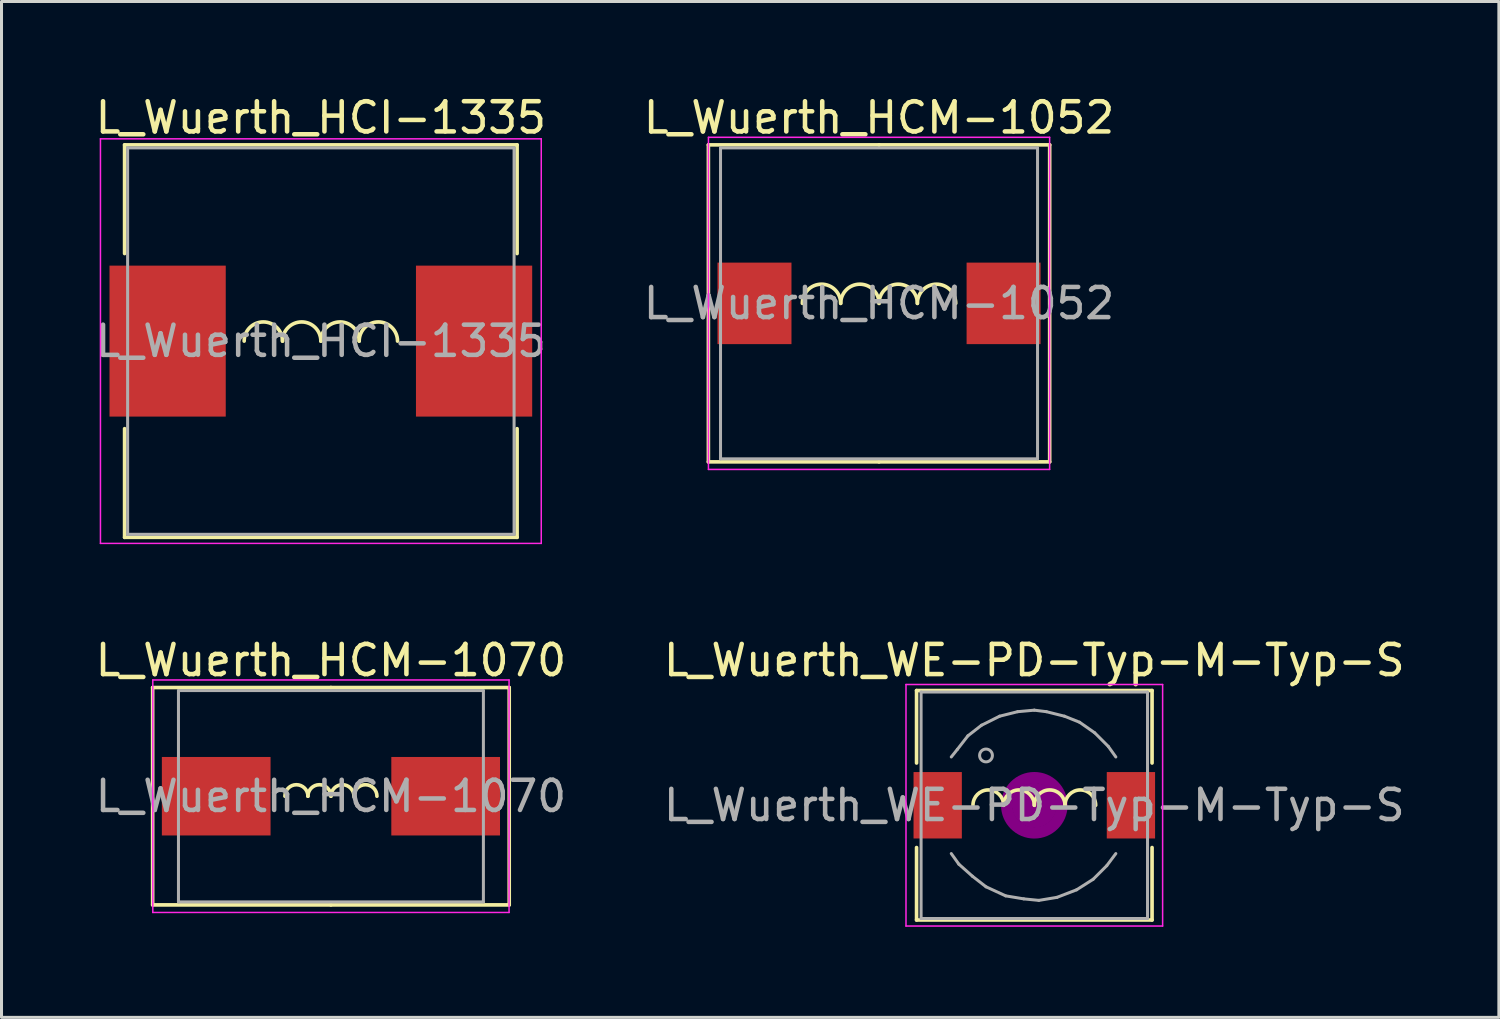
<source format=kicad_pcb>
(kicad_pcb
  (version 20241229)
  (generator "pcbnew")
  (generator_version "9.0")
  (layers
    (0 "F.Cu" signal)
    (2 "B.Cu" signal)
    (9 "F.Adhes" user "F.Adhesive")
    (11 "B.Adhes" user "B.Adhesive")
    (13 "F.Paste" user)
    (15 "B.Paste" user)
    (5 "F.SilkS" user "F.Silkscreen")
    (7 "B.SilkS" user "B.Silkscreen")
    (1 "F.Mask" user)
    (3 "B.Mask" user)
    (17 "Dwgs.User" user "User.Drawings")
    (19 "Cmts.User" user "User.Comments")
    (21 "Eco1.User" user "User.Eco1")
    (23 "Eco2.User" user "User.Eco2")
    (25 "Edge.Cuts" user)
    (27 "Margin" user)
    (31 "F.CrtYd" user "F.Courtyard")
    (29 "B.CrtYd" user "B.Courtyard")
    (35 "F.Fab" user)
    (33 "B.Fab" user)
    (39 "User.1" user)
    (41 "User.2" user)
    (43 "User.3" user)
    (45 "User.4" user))
  (footprint "L_Wuerth_HCI-1335"
    (layer "F.Cu")
    (at 7.577 8.248)
    (property "Reference" "L_Wuerth_HCI-1335" (at 0 -7.4 0) (layer "F.SilkS") (effects (font (size 1 1) (thickness 0.15))))
    (attr smd)
    (fp_line (start -6.5 -6.5) (end 6.5 -6.5) (stroke (width 0.12) (type solid)) (layer "F.SilkS"))
    (fp_line (start -6.5 -2.9) (end -6.5 -6.5) (stroke (width 0.12) (type solid)) (layer "F.SilkS"))
    (fp_line (start -6.5 2.9) (end -6.5 6.5) (stroke (width 0.12) (type solid)) (layer "F.SilkS"))
    (fp_line (start -6.5 6.5) (end 6.5 6.5) (stroke (width 0.12) (type solid)) (layer "F.SilkS"))
    (fp_line (start 6.5 -6.5) (end 6.5 -2.9) (stroke (width 0.12) (type solid)) (layer "F.SilkS"))
    (fp_line (start 6.5 6.5) (end 6.5 2.9) (stroke (width 0.12) (type solid)) (layer "F.SilkS"))
    (fp_arc (start -2.54 0) (mid -1.905 -0.635) (end -1.27 0) (stroke (width 0.12) (type solid)) (layer "F.SilkS"))
    (fp_arc (start -1.27 0) (mid -0.635 -0.635) (end 0 0) (stroke (width 0.12) (type solid)) (layer "F.SilkS"))
    (fp_arc (start 0 0) (mid 0.635 -0.635) (end 1.27 0) (stroke (width 0.12) (type solid)) (layer "F.SilkS"))
    (fp_arc (start 1.27 0) (mid 1.905 -0.635) (end 2.54 0) (stroke (width 0.12) (type solid)) (layer "F.SilkS"))
    (fp_line (start -7.3 -6.7) (end -7.3 6.7) (stroke (width 0.05) (type solid)) (layer "F.CrtYd"))
    (fp_line (start -7.3 6.7) (end 7.3 6.7) (stroke (width 0.05) (type solid)) (layer "F.CrtYd"))
    (fp_line (start 7.3 -6.7) (end -7.3 -6.7) (stroke (width 0.05) (type solid)) (layer "F.CrtYd"))
    (fp_line (start 7.3 6.7) (end 7.3 -6.7) (stroke (width 0.05) (type solid)) (layer "F.CrtYd"))
    (fp_line (start -6.4 -6.4) (end -6.4 6.4) (stroke (width 0.1) (type solid)) (layer "F.Fab"))
    (fp_line (start -6.4 6.4) (end 6.4 6.4) (stroke (width 0.1) (type solid)) (layer "F.Fab"))
    (fp_line (start 6.4 -6.4) (end -6.4 -6.4) (stroke (width 0.1) (type solid)) (layer "F.Fab"))
    (fp_line (start 6.4 6.4) (end 6.4 -6.4) (stroke (width 0.1) (type solid)) (layer "F.Fab"))
    (fp_text user "${REFERENCE}" (at 0 0 0) (layer "F.Fab") (effects (font (size 1 1) (thickness 0.15))))
    (pad "1" smd rect (at -5.075 0) (size 3.85 5) (layers "F.Cu" "F.Mask" "F.Paste"))
    (pad "2" smd rect (at 5.075 0) (size 3.85 5) (layers "F.Cu" "F.Mask" "F.Paste")))
  (footprint "L_Wuerth_HCM-1070"
    (layer "F.Cu")
    (at 7.911 23.322)
    (property "Reference" "L_Wuerth_HCM-1070" (at 0 -4.5 0) (layer "F.SilkS") (effects (font (size 1 1) (thickness 0.15))))
    (attr smd)
    (fp_line (start -5.905 -3.6) (end -5.905 3.6) (stroke (width 0.12) (type solid)) (layer "F.SilkS"))
    (fp_line (start -5.905 -3.6) (end 0 -3.6) (stroke (width 0.12) (type solid)) (layer "F.SilkS"))
    (fp_line (start -5.905 3.6) (end 0 3.6) (stroke (width 0.12) (type solid)) (layer "F.SilkS"))
    (fp_line (start 5.905 -3.6) (end 0 -3.6) (stroke (width 0.12) (type solid)) (layer "F.SilkS"))
    (fp_line (start 5.905 -3.6) (end 5.905 3.6) (stroke (width 0.12) (type solid)) (layer "F.SilkS"))
    (fp_line (start 5.905 3.6) (end 0 3.6) (stroke (width 0.12) (type solid)) (layer "F.SilkS"))
    (fp_arc (start -1.524 0) (mid -1.143 -0.381) (end -0.762 0) (stroke (width 0.12) (type solid)) (layer "F.SilkS"))
    (fp_arc (start -0.762 0) (mid -0.381 -0.381) (end 0 0) (stroke (width 0.12) (type solid)) (layer "F.SilkS"))
    (fp_arc (start 0 0) (mid 0.381 -0.381) (end 0.762 0) (stroke (width 0.12) (type solid)) (layer "F.SilkS"))
    (fp_arc (start 0.762 0) (mid 1.143 -0.381) (end 1.524 0) (stroke (width 0.12) (type solid)) (layer "F.SilkS"))
    (fp_line (start -5.9 -3.85) (end -5.9 3.85) (stroke (width 0.05) (type solid)) (layer "F.CrtYd"))
    (fp_line (start -5.9 3.85) (end 5.9 3.85) (stroke (width 0.05) (type solid)) (layer "F.CrtYd"))
    (fp_line (start 5.9 -3.85) (end -5.9 -3.85) (stroke (width 0.05) (type solid)) (layer "F.CrtYd"))
    (fp_line (start 5.9 3.85) (end 5.9 -3.85) (stroke (width 0.05) (type solid)) (layer "F.CrtYd"))
    (fp_line (start -5.05 -3.5) (end -5.05 3.5) (stroke (width 0.1) (type solid)) (layer "F.Fab"))
    (fp_line (start -5.05 3.5) (end 5.05 3.5) (stroke (width 0.1) (type solid)) (layer "F.Fab"))
    (fp_line (start 5.05 -3.5) (end -5.05 -3.5) (stroke (width 0.1) (type solid)) (layer "F.Fab"))
    (fp_line (start 5.05 3.5) (end 5.05 -3.5) (stroke (width 0.1) (type solid)) (layer "F.Fab"))
    (fp_text user "${REFERENCE}" (at 0 0 0) (layer "F.Fab") (effects (font (size 1 1) (thickness 0.15))))
    (pad "1" smd rect (at -3.8 0) (size 3.6 2.6) (layers "F.Cu" "F.Mask" "F.Paste"))
    (pad "2" smd rect (at 3.8 0) (size 3.6 2.6) (layers "F.Cu" "F.Mask" "F.Paste")))
  (footprint "L_Wuerth_HCM-1052"
    (layer "F.Cu")
    (at 26.065 6.998)
    (property "Reference" "L_Wuerth_HCM-1052" (at 0 -6.15 0) (layer "F.SilkS") (effects (font (size 1 1) (thickness 0.15))))
    (attr smd)
    (fp_line (start -5.652 -5.25) (end -5.652 5.25) (stroke (width 0.12) (type solid)) (layer "F.SilkS"))
    (fp_line (start -5.652 -5.25) (end 0 -5.25) (stroke (width 0.12) (type solid)) (layer "F.SilkS"))
    (fp_line (start -5.652 5.25) (end 0 5.25) (stroke (width 0.12) (type solid)) (layer "F.SilkS"))
    (fp_line (start 5.652 -5.25) (end 0 -5.25) (stroke (width 0.12) (type solid)) (layer "F.SilkS"))
    (fp_line (start 5.652 5.25) (end 0 5.25) (stroke (width 0.12) (type solid)) (layer "F.SilkS"))
    (fp_line (start 5.652 5.25) (end 5.652 -5.25) (stroke (width 0.12) (type solid)) (layer "F.SilkS"))
    (fp_arc (start -2.54 0) (mid -1.905 -0.635) (end -1.27 0) (stroke (width 0.12) (type solid)) (layer "F.SilkS"))
    (fp_arc (start -1.27 0) (mid -0.635 -0.635) (end 0 0) (stroke (width 0.12) (type solid)) (layer "F.SilkS"))
    (fp_arc (start 0 0) (mid 0.635 -0.635) (end 1.27 0) (stroke (width 0.12) (type solid)) (layer "F.SilkS"))
    (fp_arc (start 1.27 0) (mid 1.905 -0.635) (end 2.54 0) (stroke (width 0.12) (type solid)) (layer "F.SilkS"))
    (fp_line (start -5.65 -5.5) (end -5.65 5.5) (stroke (width 0.05) (type solid)) (layer "F.CrtYd"))
    (fp_line (start -5.65 5.5) (end 5.65 5.5) (stroke (width 0.05) (type solid)) (layer "F.CrtYd"))
    (fp_line (start 5.65 -5.5) (end -5.65 -5.5) (stroke (width 0.05) (type solid)) (layer "F.CrtYd"))
    (fp_line (start 5.65 5.5) (end 5.65 -5.5) (stroke (width 0.05) (type solid)) (layer "F.CrtYd"))
    (fp_line (start -5.25 -5.15) (end -5.25 5.15) (stroke (width 0.1) (type solid)) (layer "F.Fab"))
    (fp_line (start -5.25 5.15) (end 5.25 5.15) (stroke (width 0.1) (type solid)) (layer "F.Fab"))
    (fp_line (start 5.25 -5.15) (end -5.25 -5.15) (stroke (width 0.1) (type solid)) (layer "F.Fab"))
    (fp_line (start 5.25 5.15) (end 5.25 -5.15) (stroke (width 0.1) (type solid)) (layer "F.Fab"))
    (fp_text user "${REFERENCE}" (at 0 0 0) (layer "F.Fab") (effects (font (size 1 1) (thickness 0.15))))
    (pad "1" smd rect (at -4.125 0) (size 2.45 2.7) (layers "F.Cu" "F.Mask" "F.Paste"))
    (pad "2" smd rect (at 4.125 0) (size 2.45 2.7) (layers "F.Cu" "F.Mask" "F.Paste")))
  (footprint "L_Wuerth_WE-PD-Typ-M-Typ-S"
    (layer "F.Cu")
    (at 31.208 23.622)
    (property "Reference" "L_Wuerth_WE-PD-Typ-M-Typ-S" (at 0 -4.8 0) (layer "F.SilkS") (effects (font (size 1 1) (thickness 0.15))))
    (attr smd)
    (fp_line (start -3.9 -1.4) (end -3.9 -3.8) (stroke (width 0.12) (type solid)) (layer "F.SilkS"))
    (fp_line (start -3.9 1.4) (end -3.9 3.8) (stroke (width 0.12) (type solid)) (layer "F.SilkS"))
    (fp_line (start -3.9 3.8) (end 3.9 3.8) (stroke (width 0.12) (type solid)) (layer "F.SilkS"))
    (fp_line (start 3.9 -3.8) (end -3.9 -3.8) (stroke (width 0.12) (type solid)) (layer "F.SilkS"))
    (fp_line (start 3.9 -1.4) (end 3.9 -3.8) (stroke (width 0.12) (type solid)) (layer "F.SilkS"))
    (fp_line (start 3.9 3.8) (end 3.9 1.4) (stroke (width 0.12) (type solid)) (layer "F.SilkS"))
    (fp_arc (start -2.032 0) (mid -1.524 -0.508) (end -1.016 0) (stroke (width 0.12) (type solid)) (layer "F.SilkS"))
    (fp_arc (start -1.016 0) (mid -0.508 -0.508) (end 0 0) (stroke (width 0.12) (type solid)) (layer "F.SilkS"))
    (fp_arc (start 0 0) (mid 0.508 -0.508) (end 1.016 0) (stroke (width 0.12) (type solid)) (layer "F.SilkS"))
    (fp_arc (start 1.016 0) (mid 1.524 -0.508) (end 2.032 0) (stroke (width 0.12) (type solid)) (layer "F.SilkS"))
    (fp_circle (center 0 0) (end 0.15 0.15) (stroke (width 0.38) (type solid)) (fill no) (layer "F.Adhes"))
    (fp_circle (center 0 0) (end 0.55 0.05) (stroke (width 0.38) (type solid)) (fill no) (layer "F.Adhes"))
    (fp_circle (center 0 0) (end 0.9 0.15) (stroke (width 0.38) (type solid)) (fill no) (layer "F.Adhes"))
    (fp_line (start -4.25 -4) (end 4.25 -4) (stroke (width 0.05) (type solid)) (layer "F.CrtYd"))
    (fp_line (start -4.25 4) (end -4.25 -4) (stroke (width 0.05) (type solid)) (layer "F.CrtYd"))
    (fp_line (start 4.25 -4) (end 4.25 4) (stroke (width 0.05) (type solid)) (layer "F.CrtYd"))
    (fp_line (start 4.25 4) (end -4.25 4) (stroke (width 0.05) (type solid)) (layer "F.CrtYd"))
    (fp_line (start -3.75 -3.75) (end -3.75 3.75) (stroke (width 0.1) (type solid)) (layer "F.Fab"))
    (fp_line (start -3.75 3.75) (end 3.75 3.75) (stroke (width 0.1) (type solid)) (layer "F.Fab"))
    (fp_line (start -2.75 1.6) (end -2.5 1.95) (stroke (width 0.1) (type solid)) (layer "F.Fab"))
    (fp_line (start -2.55 -1.85) (end -2.75 -1.6) (stroke (width 0.1) (type solid)) (layer "F.Fab"))
    (fp_line (start -2.5 1.95) (end -2.05 2.35) (stroke (width 0.1) (type solid)) (layer "F.Fab"))
    (fp_line (start -2.2 -2.3) (end -2.55 -1.85) (stroke (width 0.1) (type solid)) (layer "F.Fab"))
    (fp_line (start -2.05 2.35) (end -1.6 2.7) (stroke (width 0.1) (type solid)) (layer "F.Fab"))
    (fp_line (start -1.75 -2.65) (end -2.2 -2.3) (stroke (width 0.1) (type solid)) (layer "F.Fab"))
    (fp_line (start -1.6 2.7) (end -0.95 3) (stroke (width 0.1) (type solid)) (layer "F.Fab"))
    (fp_line (start -1.15 -2.95) (end -1.75 -2.65) (stroke (width 0.1) (type solid)) (layer "F.Fab"))
    (fp_line (start -0.95 3) (end -0.35 3.1) (stroke (width 0.1) (type solid)) (layer "F.Fab"))
    (fp_line (start -0.55 -3.1) (end -1.15 -2.95) (stroke (width 0.1) (type solid)) (layer "F.Fab"))
    (fp_line (start -0.35 3.1) (end 0.15 3.15) (stroke (width 0.1) (type solid)) (layer "F.Fab"))
    (fp_line (start 0 -3.15) (end -0.55 -3.1) (stroke (width 0.1) (type solid)) (layer "F.Fab"))
    (fp_line (start 0.15 3.15) (end 0.75 3.05) (stroke (width 0.1) (type solid)) (layer "F.Fab"))
    (fp_line (start 0.4 -3.1) (end 0 -3.15) (stroke (width 0.1) (type solid)) (layer "F.Fab"))
    (fp_line (start 0.75 3.05) (end 1.4 2.8) (stroke (width 0.1) (type solid)) (layer "F.Fab"))
    (fp_line (start 1 -2.95) (end 0.4 -3.1) (stroke (width 0.1) (type solid)) (layer "F.Fab"))
    (fp_line (start 1.4 2.8) (end 1.95 2.45) (stroke (width 0.1) (type solid)) (layer "F.Fab"))
    (fp_line (start 1.5 -2.75) (end 1 -2.95) (stroke (width 0.1) (type solid)) (layer "F.Fab"))
    (fp_line (start 1.95 2.45) (end 2.4 2) (stroke (width 0.1) (type solid)) (layer "F.Fab"))
    (fp_line (start 2 -2.4) (end 1.5 -2.75) (stroke (width 0.1) (type solid)) (layer "F.Fab"))
    (fp_line (start 2.4 2) (end 2.7 1.6) (stroke (width 0.1) (type solid)) (layer "F.Fab"))
    (fp_line (start 2.45 -1.95) (end 2 -2.4) (stroke (width 0.1) (type solid)) (layer "F.Fab"))
    (fp_line (start 2.7 -1.6) (end 2.45 -1.95) (stroke (width 0.1) (type solid)) (layer "F.Fab"))
    (fp_line (start 3.75 -3.75) (end -3.75 -3.75) (stroke (width 0.1) (type solid)) (layer "F.Fab"))
    (fp_line (start 3.75 3.75) (end 3.75 -3.75) (stroke (width 0.1) (type solid)) (layer "F.Fab"))
    (fp_circle (center -1.6 -1.65) (end -1.45 -1.5) (stroke (width 0.1) (type solid)) (fill no) (layer "F.Fab"))
    (fp_text user "${REFERENCE}" (at 0 0 0) (layer "F.Fab") (effects (font (size 1 1) (thickness 0.15))))
    (pad "1" smd rect (at -3.2 0) (size 1.6 2.2) (layers "F.Cu" "F.Mask" "F.Paste"))
    (pad "2" smd rect (at 3.2 0) (size 1.6 2.2) (layers "F.Cu" "F.Mask" "F.Paste")))
  (gr_rect
    (start -3 -3)
    (end 46.595 30.646)
    (stroke (width 0.1) (type default))
    (fill no)
    (layer "Edge.Cuts")))
</source>
